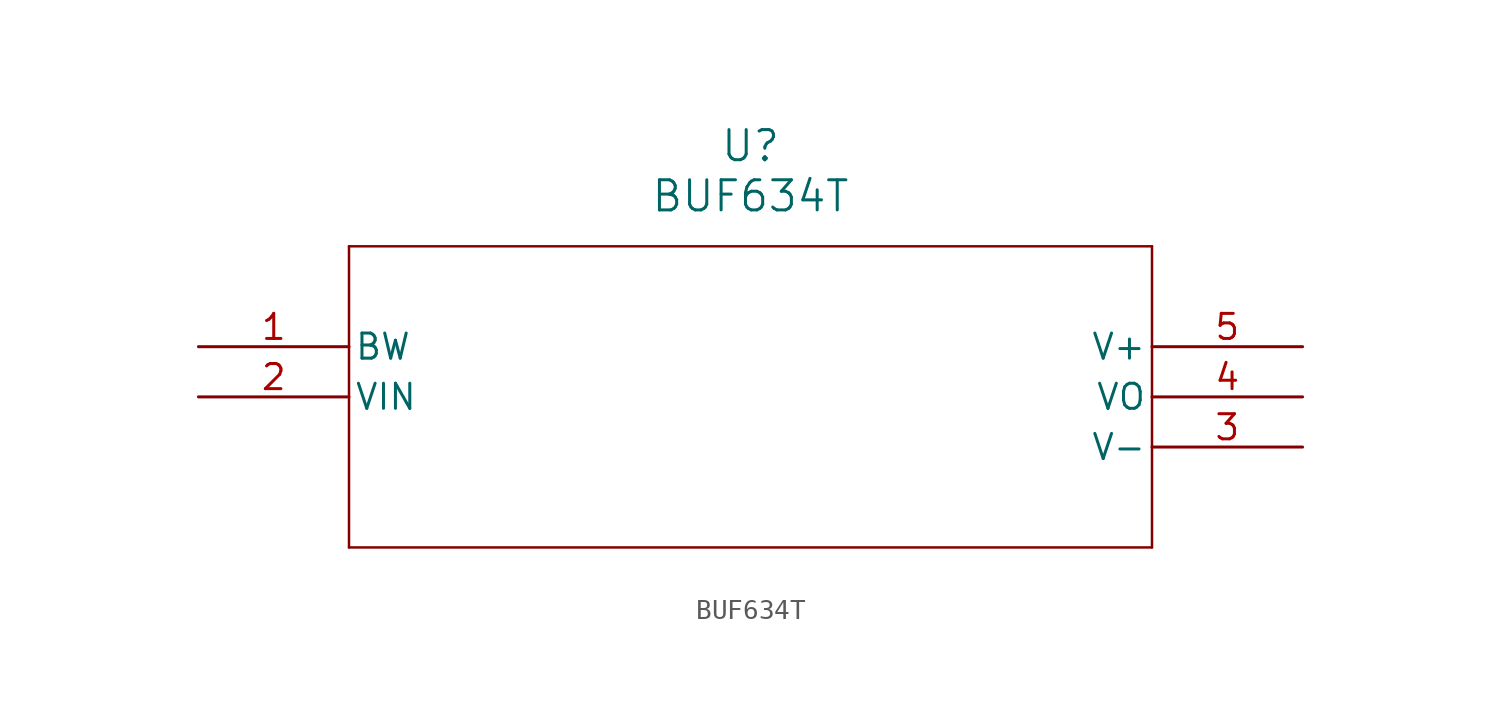
<source format=kicad_sym>
(kicad_symbol_lib
  (version 20211014)
  (generator kicad_symbol_editor)
  (symbol "BUF634T"
    (pin_names
      (offset 0.254))
    (property "Reference" "U"
      (at 27.94 10.16 0)
      (effects (font (size 1.524 1.524))))
    (property "Value" "BUF634T"
      (at 27.94 7.62 0)
      (effects (font (size 1.524 1.524))))
    (symbol "BUF634T_0_1"
      (polyline (pts (xy 7.62 5.08) (xy 7.62 -10.16)) (stroke (width 0.127) (type default) (color 0 0 0 0)) (fill (type none)))
      (polyline (pts (xy 7.62 -10.16) (xy 48.26 -10.16)) (stroke (width 0.127) (type default) (color 0 0 0 0)) (fill (type none)))
      (polyline (pts (xy 48.26 -10.16) (xy 48.26 5.08)) (stroke (width 0.127) (type default) (color 0 0 0 0)) (fill (type none)))
      (polyline (pts (xy 48.26 5.08) (xy 7.62 5.08)) (stroke (width 0.127) (type default) (color 0 0 0 0)) (fill (type none)))
      (pin unspecified line (at 0 0 0) (length 7.62) (name "BW" (effects (font (size 1.27 1.27)))) (number "1" (effects (font (size 1.27 1.27)))))
      (pin input line (at 0 -2.54 0) (length 7.62) (name "VIN" (effects (font (size 1.27 1.27)))) (number "2" (effects (font (size 1.27 1.27)))))
      (pin power_in line (at 55.88 -5.08 180) (length 7.62) (name "V-" (effects (font (size 1.27 1.27)))) (number "3" (effects (font (size 1.27 1.27)))))
      (pin output line (at 55.88 -2.54 180) (length 7.62) (name "VO" (effects (font (size 1.27 1.27)))) (number "4" (effects (font (size 1.27 1.27)))))
      (pin power_in line (at 55.88 0 180) (length 7.62) (name "V+" (effects (font (size 1.27 1.27)))) (number "5" (effects (font (size 1.27 1.27))))))))
</source>
